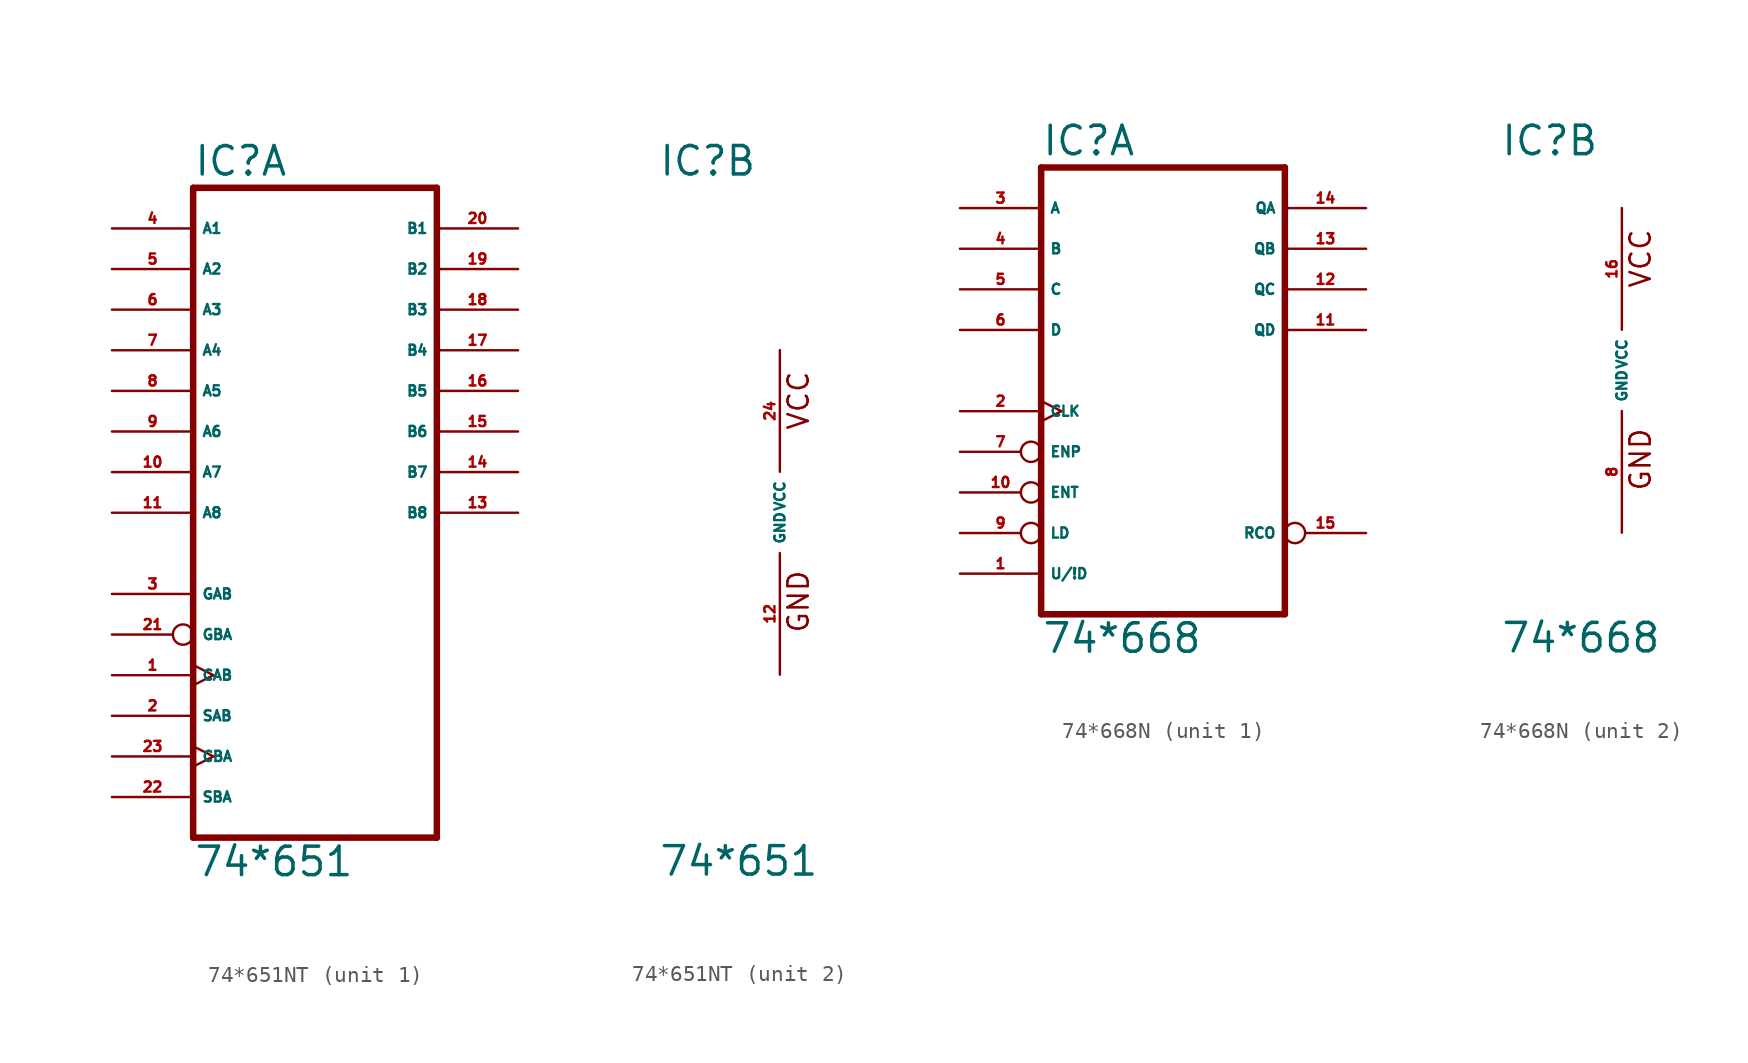
<source format=kicad_sym>
(kicad_symbol_lib
  (version 20220914)
  (generator Eagle2Kicad)
  (symbol "74*651NT"
    (property "Reference" "IC"
      (at -7.62 20.955 0)
      (effects (font (size 1.778 1.778) (thickness 0.22)) (justify left bottom)))
    (property "Value" "74*651"
      (at -7.62 -22.86 0)
      (effects (font (size 1.778 1.778) (thickness 0.22)) (justify left bottom)))
    (symbol "74*651NT_1_0"
      (polyline (pts (xy -7.62 -20.32) (xy 7.62 -20.32)) (stroke (width 0.406) (type default)) (fill (type none)))
      (polyline (pts (xy 7.62 -20.32) (xy 7.62 20.32)) (stroke (width 0.406) (type default)) (fill (type none)))
      (polyline (pts (xy 7.62 20.32) (xy -7.62 20.32)) (stroke (width 0.406) (type default)) (fill (type none)))
      (polyline (pts (xy -7.62 20.32) (xy -7.62 -20.32)) (stroke (width 0.406) (type default)) (fill (type none)))
      (pin input clock (at -12.7 -10.16 0) (length 5.08) (name "CAB" (effects (font (size 0.635 0.635) (thickness 0.08)) (justify left bottom))) (number "1" (effects (font (size 0.635 0.635) (thickness 0.08)) (justify left bottom))))
      (pin input line (at -12.7 -12.7 0) (length 5.08) (name "SAB" (effects (font (size 0.635 0.635) (thickness 0.08)) (justify left bottom))) (number "2" (effects (font (size 0.635 0.635) (thickness 0.08)) (justify left bottom))))
      (pin input line (at -12.7 -5.08 0) (length 5.08) (name "GAB" (effects (font (size 0.635 0.635) (thickness 0.08)) (justify left bottom))) (number "3" (effects (font (size 0.635 0.635) (thickness 0.08)) (justify left bottom))))
      (pin bidirectional line (at -12.7 17.78 0) (length 5.08) (name "A1" (effects (font (size 0.635 0.635) (thickness 0.08)) (justify left bottom))) (number "4" (effects (font (size 0.635 0.635) (thickness 0.08)) (justify left bottom))))
      (pin bidirectional line (at -12.7 15.24 0) (length 5.08) (name "A2" (effects (font (size 0.635 0.635) (thickness 0.08)) (justify left bottom))) (number "5" (effects (font (size 0.635 0.635) (thickness 0.08)) (justify left bottom))))
      (pin bidirectional line (at -12.7 12.7 0) (length 5.08) (name "A3" (effects (font (size 0.635 0.635) (thickness 0.08)) (justify left bottom))) (number "6" (effects (font (size 0.635 0.635) (thickness 0.08)) (justify left bottom))))
      (pin bidirectional line (at -12.7 10.16 0) (length 5.08) (name "A4" (effects (font (size 0.635 0.635) (thickness 0.08)) (justify left bottom))) (number "7" (effects (font (size 0.635 0.635) (thickness 0.08)) (justify left bottom))))
      (pin bidirectional line (at -12.7 7.62 0) (length 5.08) (name "A5" (effects (font (size 0.635 0.635) (thickness 0.08)) (justify left bottom))) (number "8" (effects (font (size 0.635 0.635) (thickness 0.08)) (justify left bottom))))
      (pin bidirectional line (at -12.7 5.08 0) (length 5.08) (name "A6" (effects (font (size 0.635 0.635) (thickness 0.08)) (justify left bottom))) (number "9" (effects (font (size 0.635 0.635) (thickness 0.08)) (justify left bottom))))
      (pin bidirectional line (at -12.7 2.54 0) (length 5.08) (name "A7" (effects (font (size 0.635 0.635) (thickness 0.08)) (justify left bottom))) (number "10" (effects (font (size 0.635 0.635) (thickness 0.08)) (justify left bottom))))
      (pin bidirectional line (at -12.7 0 0) (length 5.08) (name "A8" (effects (font (size 0.635 0.635) (thickness 0.08)) (justify left bottom))) (number "11" (effects (font (size 0.635 0.635) (thickness 0.08)) (justify left bottom))))
      (pin bidirectional line (at 12.7 0 180) (length 5.08) (name "B8" (effects (font (size 0.635 0.635) (thickness 0.08)) (justify left bottom))) (number "13" (effects (font (size 0.635 0.635) (thickness 0.08)) (justify left bottom))))
      (pin bidirectional line (at 12.7 2.54 180) (length 5.08) (name "B7" (effects (font (size 0.635 0.635) (thickness 0.08)) (justify left bottom))) (number "14" (effects (font (size 0.635 0.635) (thickness 0.08)) (justify left bottom))))
      (pin bidirectional line (at 12.7 5.08 180) (length 5.08) (name "B6" (effects (font (size 0.635 0.635) (thickness 0.08)) (justify left bottom))) (number "15" (effects (font (size 0.635 0.635) (thickness 0.08)) (justify left bottom))))
      (pin bidirectional line (at 12.7 7.62 180) (length 5.08) (name "B5" (effects (font (size 0.635 0.635) (thickness 0.08)) (justify left bottom))) (number "16" (effects (font (size 0.635 0.635) (thickness 0.08)) (justify left bottom))))
      (pin bidirectional line (at 12.7 10.16 180) (length 5.08) (name "B4" (effects (font (size 0.635 0.635) (thickness 0.08)) (justify left bottom))) (number "17" (effects (font (size 0.635 0.635) (thickness 0.08)) (justify left bottom))))
      (pin bidirectional line (at 12.7 12.7 180) (length 5.08) (name "B3" (effects (font (size 0.635 0.635) (thickness 0.08)) (justify left bottom))) (number "18" (effects (font (size 0.635 0.635) (thickness 0.08)) (justify left bottom))))
      (pin bidirectional line (at 12.7 15.24 180) (length 5.08) (name "B2" (effects (font (size 0.635 0.635) (thickness 0.08)) (justify left bottom))) (number "19" (effects (font (size 0.635 0.635) (thickness 0.08)) (justify left bottom))))
      (pin bidirectional line (at 12.7 17.78 180) (length 5.08) (name "B1" (effects (font (size 0.635 0.635) (thickness 0.08)) (justify left bottom))) (number "20" (effects (font (size 0.635 0.635) (thickness 0.08)) (justify left bottom))))
      (pin input inverted (at -12.7 -7.62 0) (length 5.08) (name "GBA" (effects (font (size 0.635 0.635) (thickness 0.08)) (justify left bottom))) (number "21" (effects (font (size 0.635 0.635) (thickness 0.08)) (justify left bottom))))
      (pin input line (at -12.7 -17.78 0) (length 5.08) (name "SBA" (effects (font (size 0.635 0.635) (thickness 0.08)) (justify left bottom))) (number "22" (effects (font (size 0.635 0.635) (thickness 0.08)) (justify left bottom))))
      (pin input clock (at -12.7 -15.24 0) (length 5.08) (name "CBA" (effects (font (size 0.635 0.635) (thickness 0.08)) (justify left bottom))) (number "23" (effects (font (size 0.635 0.635) (thickness 0.08)) (justify left bottom)))))
    (symbol "74*651NT_2_0"
      (text "GND" (at 1.905 -7.62 900) (effects (font (size 1.27 1.27) (thickness 0.16)) (justify left bottom)))
      (text "VCC" (at 1.905 5.08 900) (effects (font (size 1.27 1.27) (thickness 0.16)) (justify left bottom)))
      (pin unspecified line (at 0 -10.16 90) (length 7.62) (name "GND" (effects (font (size 0.635 0.635) (thickness 0.08)) (justify left bottom))) (number "12" (effects (font (size 0.635 0.635) (thickness 0.08)) (justify left bottom))))
      (pin unspecified line (at 0 10.16 270) (length 7.62) (name "VCC" (effects (font (size 0.635 0.635) (thickness 0.08)) (justify left bottom))) (number "24" (effects (font (size 0.635 0.635) (thickness 0.08)) (justify left bottom))))))
  (symbol "74*668N"
    (property "Reference" "IC"
      (at -7.62 13.335 0)
      (effects (font (size 1.778 1.778) (thickness 0.22)) (justify left bottom)))
    (property "Value" "74*668"
      (at -7.62 -17.78 0)
      (effects (font (size 1.778 1.778) (thickness 0.22)) (justify left bottom)))
    (symbol "74*668N_1_0"
      (polyline (pts (xy -7.62 -15.24) (xy 7.62 -15.24)) (stroke (width 0.406) (type default)) (fill (type none)))
      (polyline (pts (xy 7.62 -15.24) (xy 7.62 12.7)) (stroke (width 0.406) (type default)) (fill (type none)))
      (polyline (pts (xy 7.62 12.7) (xy -7.62 12.7)) (stroke (width 0.406) (type default)) (fill (type none)))
      (polyline (pts (xy -7.62 12.7) (xy -7.62 -15.24)) (stroke (width 0.406) (type default)) (fill (type none)))
      (pin input line (at -12.7 -12.7 0) (length 5.08) (name "U/!D" (effects (font (size 0.635 0.635) (thickness 0.08)) (justify left bottom))) (number "1" (effects (font (size 0.635 0.635) (thickness 0.08)) (justify left bottom))))
      (pin input clock (at -12.7 -2.54 0) (length 5.08) (name "CLK" (effects (font (size 0.635 0.635) (thickness 0.08)) (justify left bottom))) (number "2" (effects (font (size 0.635 0.635) (thickness 0.08)) (justify left bottom))))
      (pin input line (at -12.7 10.16 0) (length 5.08) (name "A" (effects (font (size 0.635 0.635) (thickness 0.08)) (justify left bottom))) (number "3" (effects (font (size 0.635 0.635) (thickness 0.08)) (justify left bottom))))
      (pin input line (at -12.7 7.62 0) (length 5.08) (name "B" (effects (font (size 0.635 0.635) (thickness 0.08)) (justify left bottom))) (number "4" (effects (font (size 0.635 0.635) (thickness 0.08)) (justify left bottom))))
      (pin input line (at -12.7 5.08 0) (length 5.08) (name "C" (effects (font (size 0.635 0.635) (thickness 0.08)) (justify left bottom))) (number "5" (effects (font (size 0.635 0.635) (thickness 0.08)) (justify left bottom))))
      (pin input line (at -12.7 2.54 0) (length 5.08) (name "D" (effects (font (size 0.635 0.635) (thickness 0.08)) (justify left bottom))) (number "6" (effects (font (size 0.635 0.635) (thickness 0.08)) (justify left bottom))))
      (pin input inverted (at -12.7 -5.08 0) (length 5.08) (name "ENP" (effects (font (size 0.635 0.635) (thickness 0.08)) (justify left bottom))) (number "7" (effects (font (size 0.635 0.635) (thickness 0.08)) (justify left bottom))))
      (pin input inverted (at -12.7 -10.16 0) (length 5.08) (name "LD" (effects (font (size 0.635 0.635) (thickness 0.08)) (justify left bottom))) (number "9" (effects (font (size 0.635 0.635) (thickness 0.08)) (justify left bottom))))
      (pin input inverted (at -12.7 -7.62 0) (length 5.08) (name "ENT" (effects (font (size 0.635 0.635) (thickness 0.08)) (justify left bottom))) (number "10" (effects (font (size 0.635 0.635) (thickness 0.08)) (justify left bottom))))
      (pin output line (at 12.7 2.54 180) (length 5.08) (name "QD" (effects (font (size 0.635 0.635) (thickness 0.08)) (justify left bottom))) (number "11" (effects (font (size 0.635 0.635) (thickness 0.08)) (justify left bottom))))
      (pin output line (at 12.7 5.08 180) (length 5.08) (name "QC" (effects (font (size 0.635 0.635) (thickness 0.08)) (justify left bottom))) (number "12" (effects (font (size 0.635 0.635) (thickness 0.08)) (justify left bottom))))
      (pin output line (at 12.7 7.62 180) (length 5.08) (name "QB" (effects (font (size 0.635 0.635) (thickness 0.08)) (justify left bottom))) (number "13" (effects (font (size 0.635 0.635) (thickness 0.08)) (justify left bottom))))
      (pin output line (at 12.7 10.16 180) (length 5.08) (name "QA" (effects (font (size 0.635 0.635) (thickness 0.08)) (justify left bottom))) (number "14" (effects (font (size 0.635 0.635) (thickness 0.08)) (justify left bottom))))
      (pin output inverted (at 12.7 -10.16 180) (length 5.08) (name "RCO" (effects (font (size 0.635 0.635) (thickness 0.08)) (justify left bottom))) (number "15" (effects (font (size 0.635 0.635) (thickness 0.08)) (justify left bottom)))))
    (symbol "74*668N_2_0"
      (text "GND" (at 1.905 -7.62 900) (effects (font (size 1.27 1.27) (thickness 0.16)) (justify left bottom)))
      (text "VCC" (at 1.905 5.08 900) (effects (font (size 1.27 1.27) (thickness 0.16)) (justify left bottom)))
      (pin unspecified line (at 0 -10.16 90) (length 7.62) (name "GND" (effects (font (size 0.635 0.635) (thickness 0.08)) (justify left bottom))) (number "8" (effects (font (size 0.635 0.635) (thickness 0.08)) (justify left bottom))))
      (pin unspecified line (at 0 10.16 270) (length 7.62) (name "VCC" (effects (font (size 0.635 0.635) (thickness 0.08)) (justify left bottom))) (number "16" (effects (font (size 0.635 0.635) (thickness 0.08)) (justify left bottom)))))))
</source>
